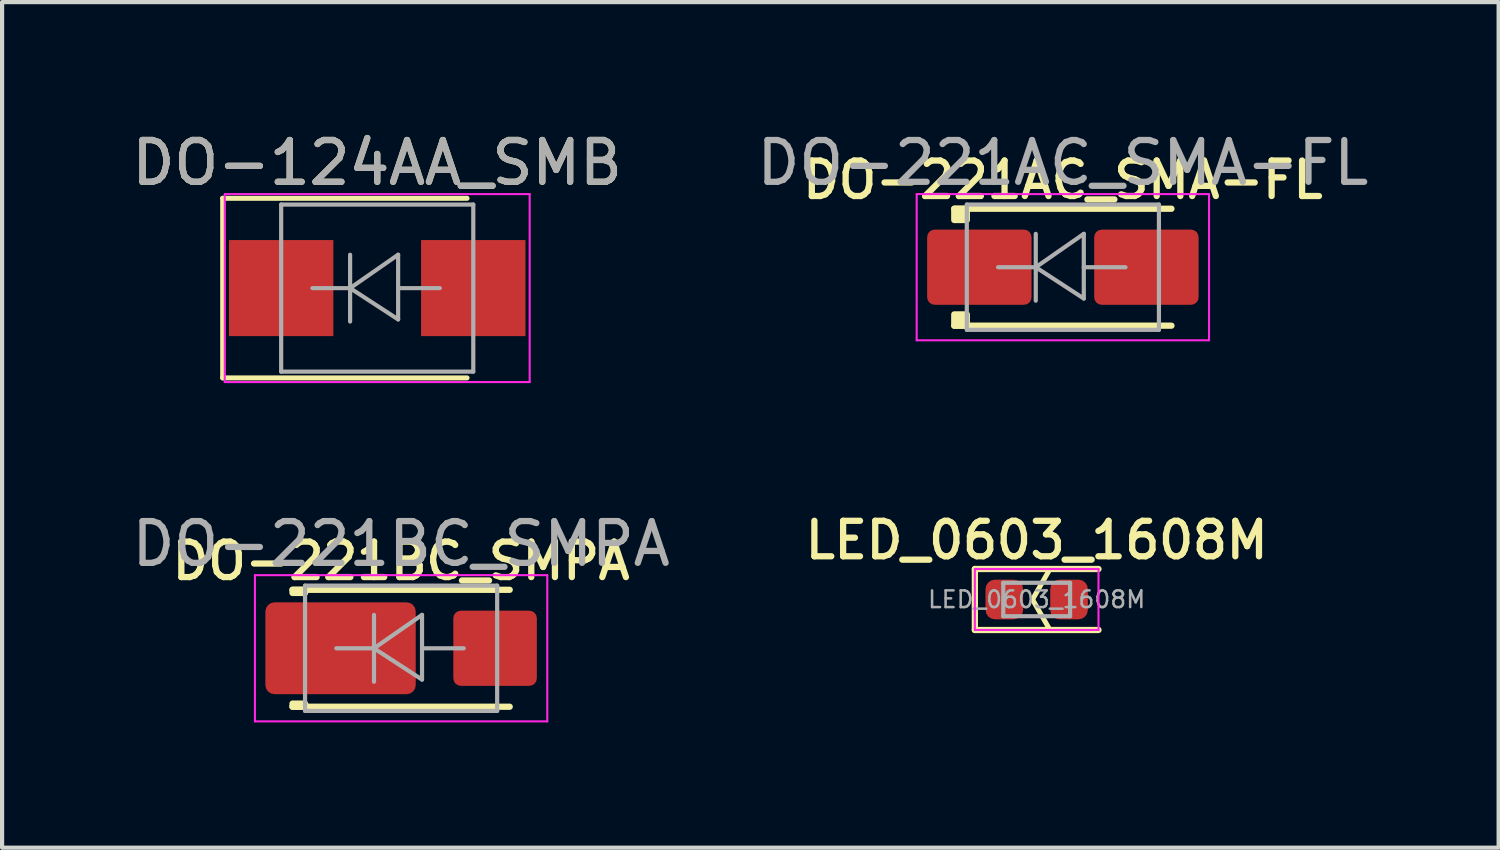
<source format=kicad_pcb>
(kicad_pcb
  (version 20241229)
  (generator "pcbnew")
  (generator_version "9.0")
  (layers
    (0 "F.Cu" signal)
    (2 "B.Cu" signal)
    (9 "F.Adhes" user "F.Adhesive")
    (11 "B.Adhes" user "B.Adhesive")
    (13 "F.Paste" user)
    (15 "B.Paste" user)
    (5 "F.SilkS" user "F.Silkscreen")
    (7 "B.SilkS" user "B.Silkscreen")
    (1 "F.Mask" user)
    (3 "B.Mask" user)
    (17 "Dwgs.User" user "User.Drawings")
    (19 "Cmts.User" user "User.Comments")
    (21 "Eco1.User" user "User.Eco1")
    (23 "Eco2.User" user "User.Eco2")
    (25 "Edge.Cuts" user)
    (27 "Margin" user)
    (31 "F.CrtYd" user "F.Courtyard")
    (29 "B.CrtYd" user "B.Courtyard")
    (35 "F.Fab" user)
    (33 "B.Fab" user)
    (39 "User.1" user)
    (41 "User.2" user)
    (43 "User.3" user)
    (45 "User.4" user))
  (footprint "DO-221AC_SMA-FL"
    (layer "F.Cu")
    (at 22.399 3.348)
    (property "Reference" "DO-221AC_SMA-FL" (at 0 -2.09 0) (layer "F.SilkS") (effects (font (size 0.85 0.85) (thickness 0.15))))
    (attr smd)
    (fp_line (start -2.6 -1.4) (end 2.6 -1.4) (stroke (width 0.15) (type solid)) (layer "F.SilkS"))
    (fp_line (start -2.6 1.4) (end 2.6 1.4) (stroke (width 0.15) (type solid)) (layer "F.SilkS"))
    (fp_poly (pts (xy -2.3 -1.13) (xy -2.6 -1.13) (xy -2.6 -1.4) (xy -2.3 -1.4)) (stroke (width 0.15) (type solid)) (fill yes) (layer "F.SilkS"))
    (fp_poly (pts (xy -2.3 1.4) (xy -2.6 1.4) (xy -2.6 1.13) (xy -2.3 1.13)) (stroke (width 0.15) (type solid)) (fill yes) (layer "F.SilkS"))
    (fp_line (start -3.5 -1.75) (end 3.5 -1.75) (stroke (width 0.05) (type solid)) (layer "F.CrtYd"))
    (fp_line (start -3.5 1.75) (end -3.5 -1.75) (stroke (width 0.05) (type solid)) (layer "F.CrtYd"))
    (fp_line (start 3.5 -1.75) (end 3.5 1.75) (stroke (width 0.05) (type solid)) (layer "F.CrtYd"))
    (fp_line (start 3.5 1.75) (end -3.5 1.75) (stroke (width 0.05) (type solid)) (layer "F.CrtYd"))
    (fp_line (start -2.3 1.5) (end -2.3 -1.5) (stroke (width 0.1) (type solid)) (layer "F.Fab"))
    (fp_line (start -0.649 -0.799) (end -0.649 0.801) (stroke (width 0.1) (type solid)) (layer "F.Fab"))
    (fp_line (start -0.649 0.001) (end -1.551 0.001) (stroke (width 0.1) (type solid)) (layer "F.Fab"))
    (fp_line (start -0.649 0.001) (end 0.501 -0.799) (stroke (width 0.1) (type solid)) (layer "F.Fab"))
    (fp_line (start -0.649 0.001) (end 0.501 0.75) (stroke (width 0.1) (type solid)) (layer "F.Fab"))
    (fp_line (start 0.501 0.001) (end 1.499 0.001) (stroke (width 0.1) (type solid)) (layer "F.Fab"))
    (fp_line (start 0.501 0.75) (end 0.501 -0.799) (stroke (width 0.1) (type solid)) (layer "F.Fab"))
    (fp_line (start 2.3 -1.5) (end -2.3 -1.5) (stroke (width 0.1) (type solid)) (layer "F.Fab"))
    (fp_line (start 2.3 -1.5) (end 2.3 1.5) (stroke (width 0.1) (type solid)) (layer "F.Fab"))
    (fp_line (start 2.3 1.5) (end -2.3 1.5) (stroke (width 0.1) (type solid)) (layer "F.Fab"))
    (fp_text user "${REFERENCE}" (at 0 -2.5 0) (layer "F.Fab") (effects (font (size 1 1) (thickness 0.15))))
    (pad "1" smd roundrect (at -2 0) (size 2.5 1.8) (layers "F.Cu" "F.Mask" "F.Paste") (roundrect_rratio 0.1))
    (pad "2" smd roundrect (at 2 0) (size 2.5 1.8) (layers "F.Cu" "F.Mask" "F.Paste") (roundrect_rratio 0.1)))
  (footprint "DO-221BC_SMPA"
    (layer "F.Cu")
    (at 6.554 12.472)
    (property "Reference" "DO-221BC_SMPA" (at 0 -2.09 0) (layer "F.SilkS") (effects (font (size 0.85 0.85) (thickness 0.15))))
    (attr smd)
    (fp_line (start -2.6 -1.4) (end 2.6 -1.4) (stroke (width 0.15) (type solid)) (layer "F.SilkS"))
    (fp_line (start -2.6 1.4) (end 2.6 1.4) (stroke (width 0.15) (type solid)) (layer "F.SilkS"))
    (fp_poly (pts (xy -2.3 -1.325) (xy -2.6 -1.325) (xy -2.6 -1.4) (xy -2.3 -1.4)) (stroke (width 0.15) (type solid)) (fill yes) (layer "F.SilkS"))
    (fp_poly (pts (xy -2.3 1.4) (xy -2.6 1.4) (xy -2.6 1.325) (xy -2.3 1.325)) (stroke (width 0.15) (type solid)) (fill yes) (layer "F.SilkS"))
    (fp_line (start -3.5 -1.75) (end 3.5 -1.75) (stroke (width 0.05) (type solid)) (layer "F.CrtYd"))
    (fp_line (start -3.5 1.75) (end -3.5 -1.75) (stroke (width 0.05) (type solid)) (layer "F.CrtYd"))
    (fp_line (start 3.5 -1.75) (end 3.5 1.75) (stroke (width 0.05) (type solid)) (layer "F.CrtYd"))
    (fp_line (start 3.5 1.75) (end -3.5 1.75) (stroke (width 0.05) (type solid)) (layer "F.CrtYd"))
    (fp_line (start -2.3 1.5) (end -2.3 -1.5) (stroke (width 0.1) (type solid)) (layer "F.Fab"))
    (fp_line (start -0.649 -0.799) (end -0.649 0.801) (stroke (width 0.1) (type solid)) (layer "F.Fab"))
    (fp_line (start -0.649 0.001) (end -1.551 0.001) (stroke (width 0.1) (type solid)) (layer "F.Fab"))
    (fp_line (start -0.649 0.001) (end 0.501 -0.799) (stroke (width 0.1) (type solid)) (layer "F.Fab"))
    (fp_line (start -0.649 0.001) (end 0.501 0.75) (stroke (width 0.1) (type solid)) (layer "F.Fab"))
    (fp_line (start 0.501 0.001) (end 1.499 0.001) (stroke (width 0.1) (type solid)) (layer "F.Fab"))
    (fp_line (start 0.501 0.75) (end 0.501 -0.799) (stroke (width 0.1) (type solid)) (layer "F.Fab"))
    (fp_line (start 2.3 -1.5) (end -2.3 -1.5) (stroke (width 0.1) (type solid)) (layer "F.Fab"))
    (fp_line (start 2.3 -1.5) (end 2.3 1.5) (stroke (width 0.1) (type solid)) (layer "F.Fab"))
    (fp_line (start 2.3 1.5) (end -2.3 1.5) (stroke (width 0.1) (type solid)) (layer "F.Fab"))
    (fp_text user "${REFERENCE}" (at 0 -2.5 0) (layer "F.Fab") (effects (font (size 1 1) (thickness 0.15))))
    (pad "" smd roundrect (at -2.39 -0.59) (size 1.65 0.95) (layers "F.Paste") (roundrect_rratio 0.2))
    (pad "" smd roundrect (at -2.39 0.59) (size 1.65 0.95) (layers "F.Paste") (roundrect_rratio 0.2))
    (pad "" smd roundrect (at -0.51 -0.59) (size 1.65 0.95) (layers "F.Paste") (roundrect_rratio 0.2))
    (pad "" smd roundrect (at -0.51 0.59) (size 1.65 0.95) (layers "F.Paste") (roundrect_rratio 0.2))
    (pad "1" smd roundrect (at -1.45 0) (size 3.6 2.2) (layers "F.Cu" "F.Mask") (roundrect_rratio 0.1))
    (pad "2" smd roundrect (at 2.25 0) (size 2 1.8) (layers "F.Cu" "F.Mask" "F.Paste") (roundrect_rratio 0.1)))
  (footprint "LED_0603_1608M"
    (layer "F.Cu")
    (at 21.772 11.304)
    (property "Reference" "LED_0603_1608M" (at 0 -1.42 0) (layer "F.SilkS") (effects (font (size 0.85 0.85) (thickness 0.15))))
    (attr smd)
    (fp_line (start -1.48 -0.73) (end 1.48 -0.73) (stroke (width 0.15) (type solid)) (layer "F.SilkS"))
    (fp_line (start -1.48 0.73) (end -1.48 -0.73) (stroke (width 0.15) (type solid)) (layer "F.SilkS"))
    (fp_line (start -0.1 0) (end 0.3 0.7) (stroke (width 0.12) (type solid)) (layer "F.SilkS"))
    (fp_line (start 0.3 -0.7) (end -0.1 0) (stroke (width 0.12) (type solid)) (layer "F.SilkS"))
    (fp_line (start 1.48 0.73) (end -1.48 0.73) (stroke (width 0.15) (type solid)) (layer "F.SilkS"))
    (fp_line (start -1.48 -0.73) (end 1.48 -0.73) (stroke (width 0.05) (type solid)) (layer "F.CrtYd"))
    (fp_line (start -1.48 0.73) (end -1.48 -0.73) (stroke (width 0.05) (type solid)) (layer "F.CrtYd"))
    (fp_line (start 1.48 -0.73) (end 1.48 0.73) (stroke (width 0.05) (type solid)) (layer "F.CrtYd"))
    (fp_line (start 1.48 0.73) (end -1.48 0.73) (stroke (width 0.05) (type solid)) (layer "F.CrtYd"))
    (fp_line (start -0.8 -0.4) (end 0.8 -0.4) (stroke (width 0.1) (type solid)) (layer "F.Fab"))
    (fp_line (start -0.8 0.4) (end -0.8 -0.4) (stroke (width 0.1) (type solid)) (layer "F.Fab"))
    (fp_line (start 0.8 -0.4) (end 0.8 0.4) (stroke (width 0.1) (type solid)) (layer "F.Fab"))
    (fp_line (start 0.8 0.4) (end -0.8 0.4) (stroke (width 0.1) (type solid)) (layer "F.Fab"))
    (fp_text user "${REFERENCE}" (at 0 0 0) (layer "F.Fab") (effects (font (size 0.4 0.4) (thickness 0.06))))
    (pad "1" smd roundrect (at -0.775 0) (size 0.9 0.95) (layers "F.Cu" "F.Mask" "F.Paste") (roundrect_rratio 0.25))
    (pad "2" smd roundrect (at 0.775 0) (size 0.9 0.95) (layers "F.Cu" "F.Mask" "F.Paste") (roundrect_rratio 0.25)))
  (footprint "DO-124AA_SMB"
    (layer "F.Cu")
    (at 5.982 3.848)
    (property "Reference" "DO-124AA_SMB" (at 0 -3 0) (layer "F.SilkS") (effects (font (size 1 1) (thickness 0.15))))
    (attr smd)
    (fp_line (start -3.7 -2.15) (end -3.7 2.15) (stroke (width 0.12) (type solid)) (layer "F.SilkS"))
    (fp_line (start -3.7 -2.15) (end 2.15 -2.15) (stroke (width 0.12) (type solid)) (layer "F.SilkS"))
    (fp_line (start -3.7 2.15) (end 2.15 2.15) (stroke (width 0.12) (type solid)) (layer "F.SilkS"))
    (fp_line (start -3.65 -2.25) (end 3.65 -2.25) (stroke (width 0.05) (type solid)) (layer "F.CrtYd"))
    (fp_line (start -3.65 2.25) (end -3.65 -2.25) (stroke (width 0.05) (type solid)) (layer "F.CrtYd"))
    (fp_line (start 3.65 -2.25) (end 3.65 2.25) (stroke (width 0.05) (type solid)) (layer "F.CrtYd"))
    (fp_line (start 3.65 2.25) (end -3.65 2.25) (stroke (width 0.05) (type solid)) (layer "F.CrtYd"))
    (fp_line (start -2.3 2) (end -2.3 -2) (stroke (width 0.1) (type solid)) (layer "F.Fab"))
    (fp_line (start -0.649 -0.799) (end -0.649 0.801) (stroke (width 0.1) (type solid)) (layer "F.Fab"))
    (fp_line (start -0.649 0.001) (end -1.551 0.001) (stroke (width 0.1) (type solid)) (layer "F.Fab"))
    (fp_line (start -0.649 0.001) (end 0.501 -0.799) (stroke (width 0.1) (type solid)) (layer "F.Fab"))
    (fp_line (start -0.649 0.001) (end 0.501 0.75) (stroke (width 0.1) (type solid)) (layer "F.Fab"))
    (fp_line (start 0.501 0.001) (end 1.499 0.001) (stroke (width 0.1) (type solid)) (layer "F.Fab"))
    (fp_line (start 0.501 0.75) (end 0.501 -0.799) (stroke (width 0.1) (type solid)) (layer "F.Fab"))
    (fp_line (start 2.3 -2) (end -2.3 -2) (stroke (width 0.1) (type solid)) (layer "F.Fab"))
    (fp_line (start 2.3 -2) (end 2.3 2) (stroke (width 0.1) (type solid)) (layer "F.Fab"))
    (fp_line (start 2.3 2) (end -2.3 2) (stroke (width 0.1) (type solid)) (layer "F.Fab"))
    (fp_text user "${REFERENCE}" (at 0 -3 0) (layer "F.Fab") (effects (font (size 1 1) (thickness 0.15))))
    (pad "1" smd rect (at -2.3 0) (size 2.5 2.3) (layers "F.Cu" "F.Mask" "F.Paste"))
    (pad "2" smd rect (at 2.3 0) (size 2.5 2.3) (layers "F.Cu" "F.Mask" "F.Paste")))
  (gr_rect
    (start -3 -3)
    (end 32.833 17.247)
    (stroke (width 0.1) (type default))
    (fill no)
    (layer "Edge.Cuts")))
</source>
